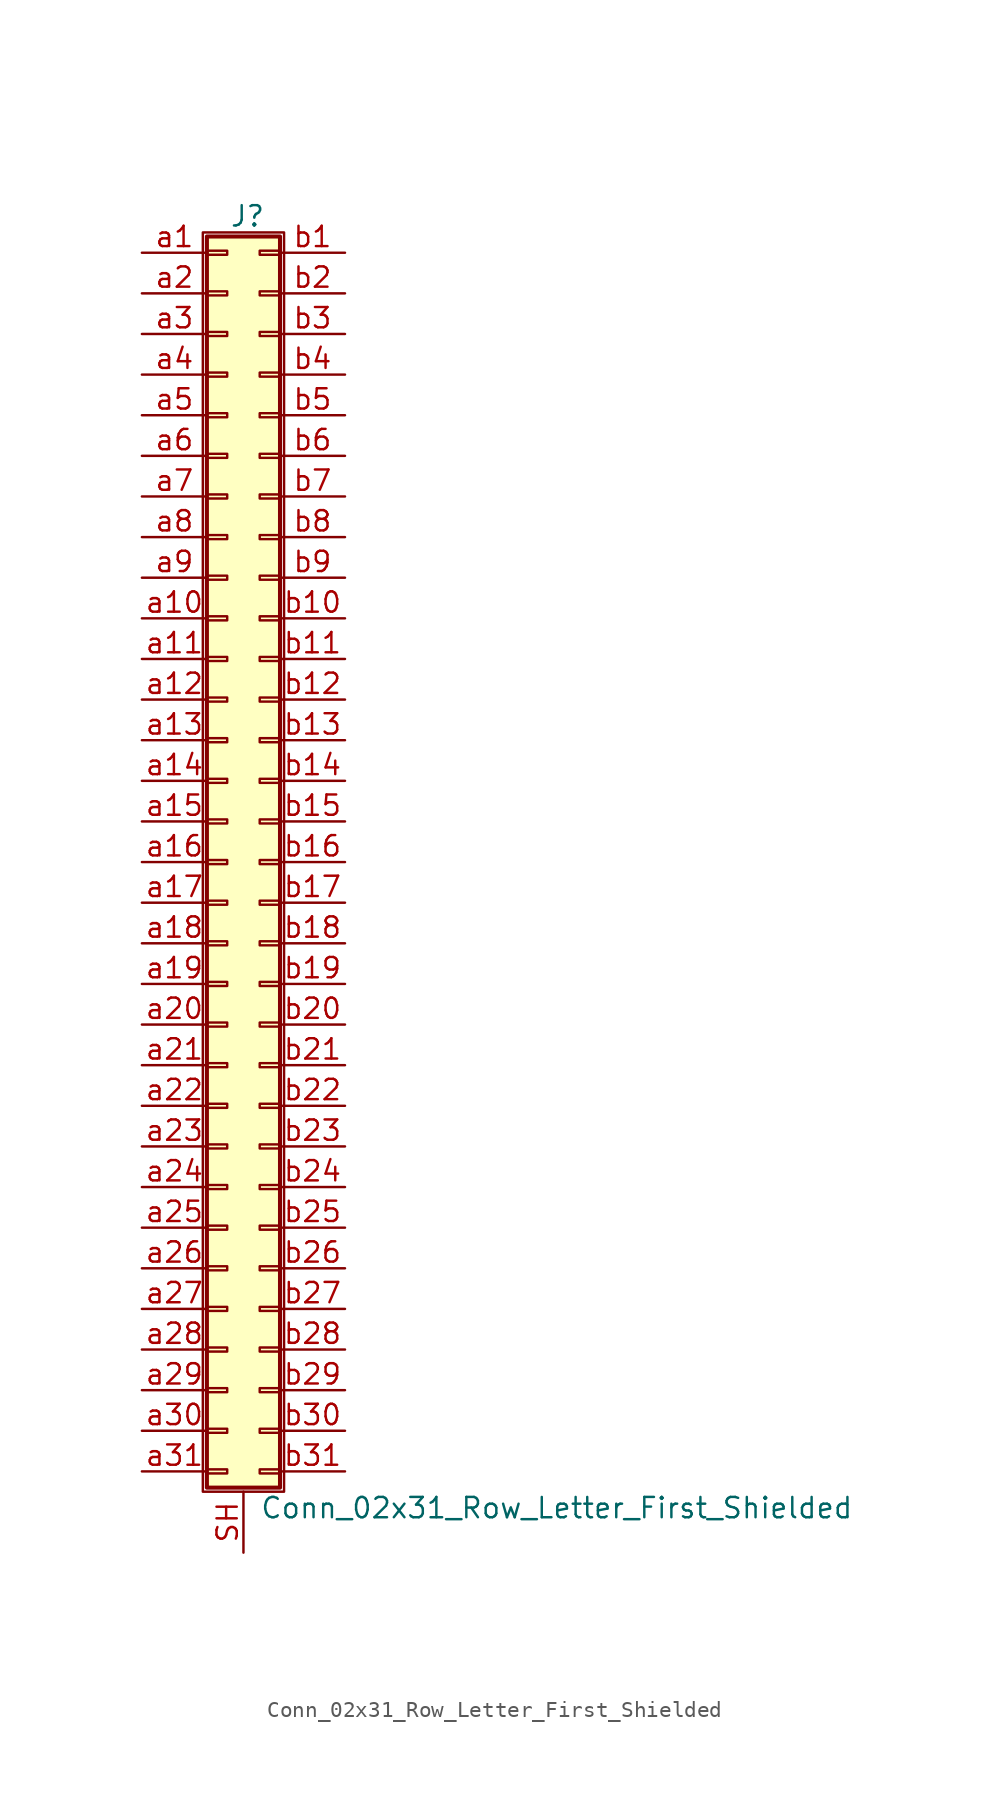
<source format=kicad_sym>
(kicad_symbol_lib
  (version 20220914)
  (generator kicad_symbol_editor)
  (symbol "Conn_02x31_Row_Letter_First_Shielded"
    (pin_names
      (offset 1.016) hide)
    (property "Reference" "J"
      (at 1.524 40.386 0)
      (effects (font (size 1.27 1.27))))
    (property "Value" "Conn_02x31_Row_Letter_First_Shielded"
      (at 2.286 -40.386 0)
      (effects (font (size 1.27 1.27)) (justify left)))
    (symbol "Conn_02x31_Row_Letter_First_Shielded_1_1"
      (rectangle (start -1.27 39.37) (end 3.81 -39.37) (stroke (width 0.152) (type default)) (fill (type none)))
      (rectangle (start -1.016 -37.973) (end 0.254 -38.227) (stroke (width 0.152) (type default)) (fill (type none)))
      (rectangle (start -1.016 -35.433) (end 0.254 -35.687) (stroke (width 0.152) (type default)) (fill (type none)))
      (rectangle (start -1.016 -32.893) (end 0.254 -33.147) (stroke (width 0.152) (type default)) (fill (type none)))
      (rectangle (start -1.016 -30.353) (end 0.254 -30.607) (stroke (width 0.152) (type default)) (fill (type none)))
      (rectangle (start -1.016 -27.813) (end 0.254 -28.067) (stroke (width 0.152) (type default)) (fill (type none)))
      (rectangle (start -1.016 -25.273) (end 0.254 -25.527) (stroke (width 0.152) (type default)) (fill (type none)))
      (rectangle (start -1.016 -22.733) (end 0.254 -22.987) (stroke (width 0.152) (type default)) (fill (type none)))
      (rectangle (start -1.016 -20.193) (end 0.254 -20.447) (stroke (width 0.152) (type default)) (fill (type none)))
      (rectangle (start -1.016 -17.653) (end 0.254 -17.907) (stroke (width 0.152) (type default)) (fill (type none)))
      (rectangle (start -1.016 -15.113) (end 0.254 -15.367) (stroke (width 0.152) (type default)) (fill (type none)))
      (rectangle (start -1.016 -12.573) (end 0.254 -12.827) (stroke (width 0.152) (type default)) (fill (type none)))
      (rectangle (start -1.016 -10.033) (end 0.254 -10.287) (stroke (width 0.152) (type default)) (fill (type none)))
      (rectangle (start -1.016 -7.493) (end 0.254 -7.747) (stroke (width 0.152) (type default)) (fill (type none)))
      (rectangle (start -1.016 -4.953) (end 0.254 -5.207) (stroke (width 0.152) (type default)) (fill (type none)))
      (rectangle (start -1.016 -2.413) (end 0.254 -2.667) (stroke (width 0.152) (type default)) (fill (type none)))
      (rectangle (start -1.016 0.127) (end 0.254 -0.127) (stroke (width 0.152) (type default)) (fill (type none)))
      (rectangle (start -1.016 2.667) (end 0.254 2.413) (stroke (width 0.152) (type default)) (fill (type none)))
      (rectangle (start -1.016 5.207) (end 0.254 4.953) (stroke (width 0.152) (type default)) (fill (type none)))
      (rectangle (start -1.016 7.747) (end 0.254 7.493) (stroke (width 0.152) (type default)) (fill (type none)))
      (rectangle (start -1.016 10.287) (end 0.254 10.033) (stroke (width 0.152) (type default)) (fill (type none)))
      (rectangle (start -1.016 12.827) (end 0.254 12.573) (stroke (width 0.152) (type default)) (fill (type none)))
      (rectangle (start -1.016 15.367) (end 0.254 15.113) (stroke (width 0.152) (type default)) (fill (type none)))
      (rectangle (start -1.016 17.907) (end 0.254 17.653) (stroke (width 0.152) (type default)) (fill (type none)))
      (rectangle (start -1.016 20.447) (end 0.254 20.193) (stroke (width 0.152) (type default)) (fill (type none)))
      (rectangle (start -1.016 22.987) (end 0.254 22.733) (stroke (width 0.152) (type default)) (fill (type none)))
      (rectangle (start -1.016 25.527) (end 0.254 25.273) (stroke (width 0.152) (type default)) (fill (type none)))
      (rectangle (start -1.016 28.067) (end 0.254 27.813) (stroke (width 0.152) (type default)) (fill (type none)))
      (rectangle (start -1.016 30.607) (end 0.254 30.353) (stroke (width 0.152) (type default)) (fill (type none)))
      (rectangle (start -1.016 33.147) (end 0.254 32.893) (stroke (width 0.152) (type default)) (fill (type none)))
      (rectangle (start -1.016 35.687) (end 0.254 35.433) (stroke (width 0.152) (type default)) (fill (type none)))
      (rectangle (start -1.016 38.227) (end 0.254 37.973) (stroke (width 0.152) (type default)) (fill (type none)))
      (rectangle (start -1.016 39.116) (end 3.556 -39.116) (stroke (width 0.254) (type default)) (fill (type background)))
      (rectangle (start 3.556 -37.973) (end 2.286 -38.227) (stroke (width 0.152) (type default)) (fill (type none)))
      (rectangle (start 3.556 -35.433) (end 2.286 -35.687) (stroke (width 0.152) (type default)) (fill (type none)))
      (rectangle (start 3.556 -32.893) (end 2.286 -33.147) (stroke (width 0.152) (type default)) (fill (type none)))
      (rectangle (start 3.556 -30.353) (end 2.286 -30.607) (stroke (width 0.152) (type default)) (fill (type none)))
      (rectangle (start 3.556 -27.813) (end 2.286 -28.067) (stroke (width 0.152) (type default)) (fill (type none)))
      (rectangle (start 3.556 -25.273) (end 2.286 -25.527) (stroke (width 0.152) (type default)) (fill (type none)))
      (rectangle (start 3.556 -22.733) (end 2.286 -22.987) (stroke (width 0.152) (type default)) (fill (type none)))
      (rectangle (start 3.556 -20.193) (end 2.286 -20.447) (stroke (width 0.152) (type default)) (fill (type none)))
      (rectangle (start 3.556 -17.653) (end 2.286 -17.907) (stroke (width 0.152) (type default)) (fill (type none)))
      (rectangle (start 3.556 -15.113) (end 2.286 -15.367) (stroke (width 0.152) (type default)) (fill (type none)))
      (rectangle (start 3.556 -12.573) (end 2.286 -12.827) (stroke (width 0.152) (type default)) (fill (type none)))
      (rectangle (start 3.556 -10.033) (end 2.286 -10.287) (stroke (width 0.152) (type default)) (fill (type none)))
      (rectangle (start 3.556 -7.493) (end 2.286 -7.747) (stroke (width 0.152) (type default)) (fill (type none)))
      (rectangle (start 3.556 -4.953) (end 2.286 -5.207) (stroke (width 0.152) (type default)) (fill (type none)))
      (rectangle (start 3.556 -2.413) (end 2.286 -2.667) (stroke (width 0.152) (type default)) (fill (type none)))
      (rectangle (start 3.556 0.127) (end 2.286 -0.127) (stroke (width 0.152) (type default)) (fill (type none)))
      (rectangle (start 3.556 2.667) (end 2.286 2.413) (stroke (width 0.152) (type default)) (fill (type none)))
      (rectangle (start 3.556 5.207) (end 2.286 4.953) (stroke (width 0.152) (type default)) (fill (type none)))
      (rectangle (start 3.556 7.747) (end 2.286 7.493) (stroke (width 0.152) (type default)) (fill (type none)))
      (rectangle (start 3.556 10.287) (end 2.286 10.033) (stroke (width 0.152) (type default)) (fill (type none)))
      (rectangle (start 3.556 12.827) (end 2.286 12.573) (stroke (width 0.152) (type default)) (fill (type none)))
      (rectangle (start 3.556 15.367) (end 2.286 15.113) (stroke (width 0.152) (type default)) (fill (type none)))
      (rectangle (start 3.556 17.907) (end 2.286 17.653) (stroke (width 0.152) (type default)) (fill (type none)))
      (rectangle (start 3.556 20.447) (end 2.286 20.193) (stroke (width 0.152) (type default)) (fill (type none)))
      (rectangle (start 3.556 22.987) (end 2.286 22.733) (stroke (width 0.152) (type default)) (fill (type none)))
      (rectangle (start 3.556 25.527) (end 2.286 25.273) (stroke (width 0.152) (type default)) (fill (type none)))
      (rectangle (start 3.556 28.067) (end 2.286 27.813) (stroke (width 0.152) (type default)) (fill (type none)))
      (rectangle (start 3.556 30.607) (end 2.286 30.353) (stroke (width 0.152) (type default)) (fill (type none)))
      (rectangle (start 3.556 33.147) (end 2.286 32.893) (stroke (width 0.152) (type default)) (fill (type none)))
      (rectangle (start 3.556 35.687) (end 2.286 35.433) (stroke (width 0.152) (type default)) (fill (type none)))
      (rectangle (start 3.556 38.227) (end 2.286 37.973) (stroke (width 0.152) (type default)) (fill (type none)))
      (pin passive line (at 1.27 -43.18 90) (length 3.81) (name "Shield" (effects (font (size 1.27 1.27)))) (number "SH" (effects (font (size 1.27 1.27)))))
      (pin passive line (at -5.08 38.1 0) (length 4.064) (name "Pin_a1" (effects (font (size 1.27 1.27)))) (number "a1" (effects (font (size 1.27 1.27)))))
      (pin passive line (at -5.08 15.24 0) (length 4.064) (name "Pin_a10" (effects (font (size 1.27 1.27)))) (number "a10" (effects (font (size 1.27 1.27)))))
      (pin passive line (at -5.08 12.7 0) (length 4.064) (name "Pin_a11" (effects (font (size 1.27 1.27)))) (number "a11" (effects (font (size 1.27 1.27)))))
      (pin passive line (at -5.08 10.16 0) (length 4.064) (name "Pin_a12" (effects (font (size 1.27 1.27)))) (number "a12" (effects (font (size 1.27 1.27)))))
      (pin passive line (at -5.08 7.62 0) (length 4.064) (name "Pin_a13" (effects (font (size 1.27 1.27)))) (number "a13" (effects (font (size 1.27 1.27)))))
      (pin passive line (at -5.08 5.08 0) (length 4.064) (name "Pin_a14" (effects (font (size 1.27 1.27)))) (number "a14" (effects (font (size 1.27 1.27)))))
      (pin passive line (at -5.08 2.54 0) (length 4.064) (name "Pin_a15" (effects (font (size 1.27 1.27)))) (number "a15" (effects (font (size 1.27 1.27)))))
      (pin passive line (at -5.08 0 0) (length 4.064) (name "Pin_a16" (effects (font (size 1.27 1.27)))) (number "a16" (effects (font (size 1.27 1.27)))))
      (pin passive line (at -5.08 -2.54 0) (length 4.064) (name "Pin_a17" (effects (font (size 1.27 1.27)))) (number "a17" (effects (font (size 1.27 1.27)))))
      (pin passive line (at -5.08 -5.08 0) (length 4.064) (name "Pin_a18" (effects (font (size 1.27 1.27)))) (number "a18" (effects (font (size 1.27 1.27)))))
      (pin passive line (at -5.08 -7.62 0) (length 4.064) (name "Pin_a19" (effects (font (size 1.27 1.27)))) (number "a19" (effects (font (size 1.27 1.27)))))
      (pin passive line (at -5.08 35.56 0) (length 4.064) (name "Pin_a2" (effects (font (size 1.27 1.27)))) (number "a2" (effects (font (size 1.27 1.27)))))
      (pin passive line (at -5.08 -10.16 0) (length 4.064) (name "Pin_a20" (effects (font (size 1.27 1.27)))) (number "a20" (effects (font (size 1.27 1.27)))))
      (pin passive line (at -5.08 -12.7 0) (length 4.064) (name "Pin_a21" (effects (font (size 1.27 1.27)))) (number "a21" (effects (font (size 1.27 1.27)))))
      (pin passive line (at -5.08 -15.24 0) (length 4.064) (name "Pin_a22" (effects (font (size 1.27 1.27)))) (number "a22" (effects (font (size 1.27 1.27)))))
      (pin passive line (at -5.08 -17.78 0) (length 4.064) (name "Pin_a23" (effects (font (size 1.27 1.27)))) (number "a23" (effects (font (size 1.27 1.27)))))
      (pin passive line (at -5.08 -20.32 0) (length 4.064) (name "Pin_a24" (effects (font (size 1.27 1.27)))) (number "a24" (effects (font (size 1.27 1.27)))))
      (pin passive line (at -5.08 -22.86 0) (length 4.064) (name "Pin_a25" (effects (font (size 1.27 1.27)))) (number "a25" (effects (font (size 1.27 1.27)))))
      (pin passive line (at -5.08 -25.4 0) (length 4.064) (name "Pin_a26" (effects (font (size 1.27 1.27)))) (number "a26" (effects (font (size 1.27 1.27)))))
      (pin passive line (at -5.08 -27.94 0) (length 4.064) (name "Pin_a27" (effects (font (size 1.27 1.27)))) (number "a27" (effects (font (size 1.27 1.27)))))
      (pin passive line (at -5.08 -30.48 0) (length 4.064) (name "Pin_a28" (effects (font (size 1.27 1.27)))) (number "a28" (effects (font (size 1.27 1.27)))))
      (pin passive line (at -5.08 -33.02 0) (length 4.064) (name "Pin_a29" (effects (font (size 1.27 1.27)))) (number "a29" (effects (font (size 1.27 1.27)))))
      (pin passive line (at -5.08 33.02 0) (length 4.064) (name "Pin_a3" (effects (font (size 1.27 1.27)))) (number "a3" (effects (font (size 1.27 1.27)))))
      (pin passive line (at -5.08 -35.56 0) (length 4.064) (name "Pin_a30" (effects (font (size 1.27 1.27)))) (number "a30" (effects (font (size 1.27 1.27)))))
      (pin passive line (at -5.08 -38.1 0) (length 4.064) (name "Pin_a31" (effects (font (size 1.27 1.27)))) (number "a31" (effects (font (size 1.27 1.27)))))
      (pin passive line (at -5.08 30.48 0) (length 4.064) (name "Pin_a4" (effects (font (size 1.27 1.27)))) (number "a4" (effects (font (size 1.27 1.27)))))
      (pin passive line (at -5.08 27.94 0) (length 4.064) (name "Pin_a5" (effects (font (size 1.27 1.27)))) (number "a5" (effects (font (size 1.27 1.27)))))
      (pin passive line (at -5.08 25.4 0) (length 4.064) (name "Pin_a6" (effects (font (size 1.27 1.27)))) (number "a6" (effects (font (size 1.27 1.27)))))
      (pin passive line (at -5.08 22.86 0) (length 4.064) (name "Pin_a7" (effects (font (size 1.27 1.27)))) (number "a7" (effects (font (size 1.27 1.27)))))
      (pin passive line (at -5.08 20.32 0) (length 4.064) (name "Pin_a8" (effects (font (size 1.27 1.27)))) (number "a8" (effects (font (size 1.27 1.27)))))
      (pin passive line (at -5.08 17.78 0) (length 4.064) (name "Pin_a9" (effects (font (size 1.27 1.27)))) (number "a9" (effects (font (size 1.27 1.27)))))
      (pin passive line (at 7.62 38.1 180) (length 4.064) (name "Pin_b1" (effects (font (size 1.27 1.27)))) (number "b1" (effects (font (size 1.27 1.27)))))
      (pin passive line (at 7.62 15.24 180) (length 4.064) (name "Pin_b10" (effects (font (size 1.27 1.27)))) (number "b10" (effects (font (size 1.27 1.27)))))
      (pin passive line (at 7.62 12.7 180) (length 4.064) (name "Pin_b11" (effects (font (size 1.27 1.27)))) (number "b11" (effects (font (size 1.27 1.27)))))
      (pin passive line (at 7.62 10.16 180) (length 4.064) (name "Pin_b12" (effects (font (size 1.27 1.27)))) (number "b12" (effects (font (size 1.27 1.27)))))
      (pin passive line (at 7.62 7.62 180) (length 4.064) (name "Pin_b13" (effects (font (size 1.27 1.27)))) (number "b13" (effects (font (size 1.27 1.27)))))
      (pin passive line (at 7.62 5.08 180) (length 4.064) (name "Pin_b14" (effects (font (size 1.27 1.27)))) (number "b14" (effects (font (size 1.27 1.27)))))
      (pin passive line (at 7.62 2.54 180) (length 4.064) (name "Pin_b15" (effects (font (size 1.27 1.27)))) (number "b15" (effects (font (size 1.27 1.27)))))
      (pin passive line (at 7.62 0 180) (length 4.064) (name "Pin_b16" (effects (font (size 1.27 1.27)))) (number "b16" (effects (font (size 1.27 1.27)))))
      (pin passive line (at 7.62 -2.54 180) (length 4.064) (name "Pin_b17" (effects (font (size 1.27 1.27)))) (number "b17" (effects (font (size 1.27 1.27)))))
      (pin passive line (at 7.62 -5.08 180) (length 4.064) (name "Pin_b18" (effects (font (size 1.27 1.27)))) (number "b18" (effects (font (size 1.27 1.27)))))
      (pin passive line (at 7.62 -7.62 180) (length 4.064) (name "Pin_b19" (effects (font (size 1.27 1.27)))) (number "b19" (effects (font (size 1.27 1.27)))))
      (pin passive line (at 7.62 35.56 180) (length 4.064) (name "Pin_b2" (effects (font (size 1.27 1.27)))) (number "b2" (effects (font (size 1.27 1.27)))))
      (pin passive line (at 7.62 -10.16 180) (length 4.064) (name "Pin_b20" (effects (font (size 1.27 1.27)))) (number "b20" (effects (font (size 1.27 1.27)))))
      (pin passive line (at 7.62 -12.7 180) (length 4.064) (name "Pin_b21" (effects (font (size 1.27 1.27)))) (number "b21" (effects (font (size 1.27 1.27)))))
      (pin passive line (at 7.62 -15.24 180) (length 4.064) (name "Pin_b22" (effects (font (size 1.27 1.27)))) (number "b22" (effects (font (size 1.27 1.27)))))
      (pin passive line (at 7.62 -17.78 180) (length 4.064) (name "Pin_b23" (effects (font (size 1.27 1.27)))) (number "b23" (effects (font (size 1.27 1.27)))))
      (pin passive line (at 7.62 -20.32 180) (length 4.064) (name "Pin_b24" (effects (font (size 1.27 1.27)))) (number "b24" (effects (font (size 1.27 1.27)))))
      (pin passive line (at 7.62 -22.86 180) (length 4.064) (name "Pin_b25" (effects (font (size 1.27 1.27)))) (number "b25" (effects (font (size 1.27 1.27)))))
      (pin passive line (at 7.62 -25.4 180) (length 4.064) (name "Pin_b26" (effects (font (size 1.27 1.27)))) (number "b26" (effects (font (size 1.27 1.27)))))
      (pin passive line (at 7.62 -27.94 180) (length 4.064) (name "Pin_b27" (effects (font (size 1.27 1.27)))) (number "b27" (effects (font (size 1.27 1.27)))))
      (pin passive line (at 7.62 -30.48 180) (length 4.064) (name "Pin_b28" (effects (font (size 1.27 1.27)))) (number "b28" (effects (font (size 1.27 1.27)))))
      (pin passive line (at 7.62 -33.02 180) (length 4.064) (name "Pin_b29" (effects (font (size 1.27 1.27)))) (number "b29" (effects (font (size 1.27 1.27)))))
      (pin passive line (at 7.62 33.02 180) (length 4.064) (name "Pin_b3" (effects (font (size 1.27 1.27)))) (number "b3" (effects (font (size 1.27 1.27)))))
      (pin passive line (at 7.62 -35.56 180) (length 4.064) (name "Pin_b30" (effects (font (size 1.27 1.27)))) (number "b30" (effects (font (size 1.27 1.27)))))
      (pin passive line (at 7.62 -38.1 180) (length 4.064) (name "Pin_b31" (effects (font (size 1.27 1.27)))) (number "b31" (effects (font (size 1.27 1.27)))))
      (pin passive line (at 7.62 30.48 180) (length 4.064) (name "Pin_b4" (effects (font (size 1.27 1.27)))) (number "b4" (effects (font (size 1.27 1.27)))))
      (pin passive line (at 7.62 27.94 180) (length 4.064) (name "Pin_b5" (effects (font (size 1.27 1.27)))) (number "b5" (effects (font (size 1.27 1.27)))))
      (pin passive line (at 7.62 25.4 180) (length 4.064) (name "Pin_b6" (effects (font (size 1.27 1.27)))) (number "b6" (effects (font (size 1.27 1.27)))))
      (pin passive line (at 7.62 22.86 180) (length 4.064) (name "Pin_b7" (effects (font (size 1.27 1.27)))) (number "b7" (effects (font (size 1.27 1.27)))))
      (pin passive line (at 7.62 20.32 180) (length 4.064) (name "Pin_b8" (effects (font (size 1.27 1.27)))) (number "b8" (effects (font (size 1.27 1.27)))))
      (pin passive line (at 7.62 17.78 180) (length 4.064) (name "Pin_b9" (effects (font (size 1.27 1.27)))) (number "b9" (effects (font (size 1.27 1.27))))))))
</source>
